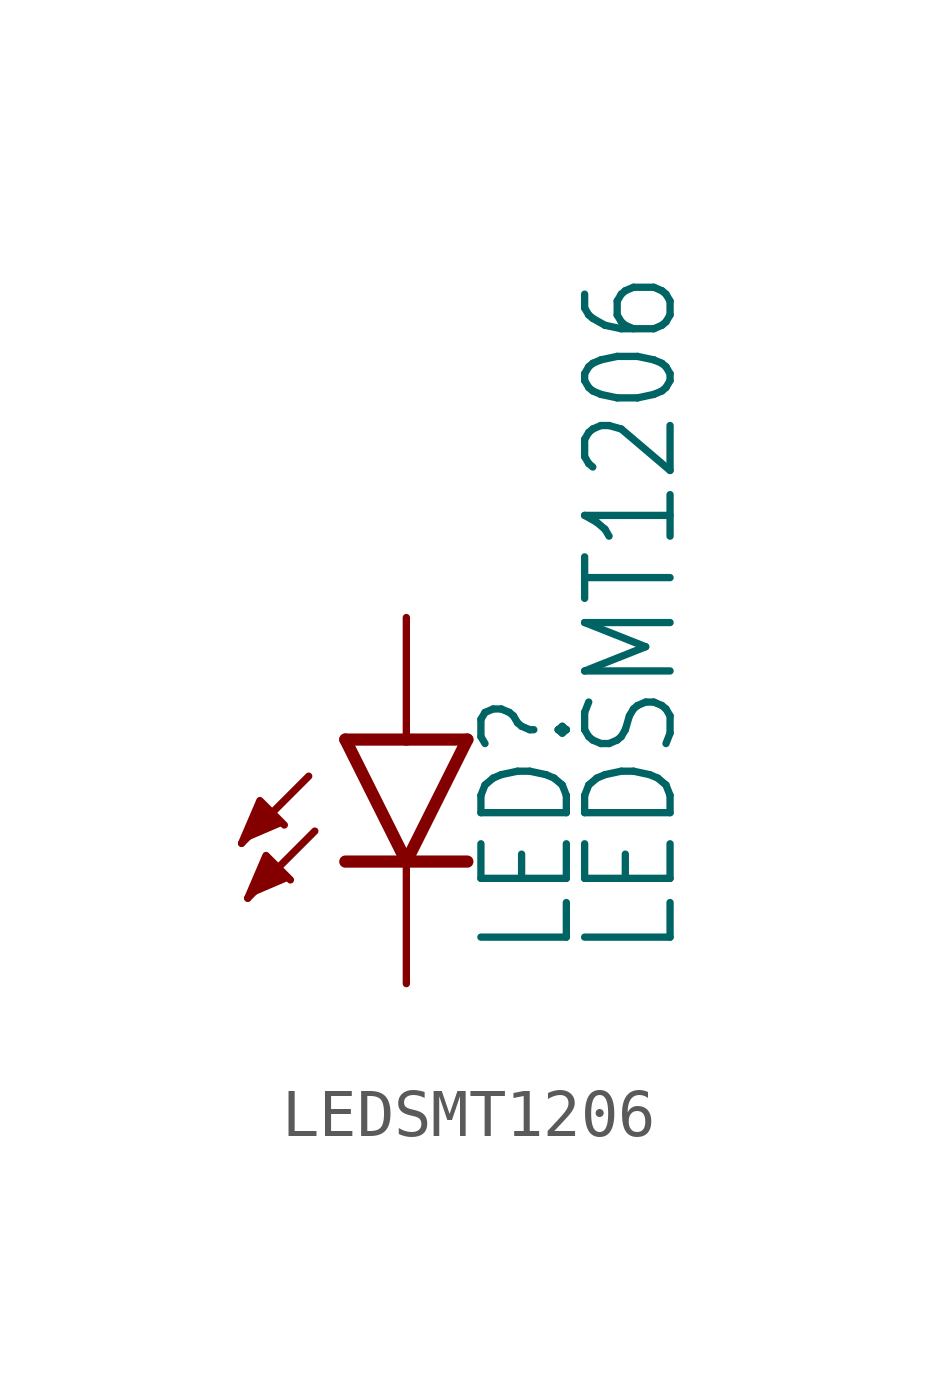
<source format=kicad_sym>
(kicad_symbol_lib
  (version 20211014)
  (generator kicad_symbol_editor)
  (symbol "LEDSMT1206"
    (property "Reference" "LED"
      (at 3.556 -4.572 90)
      (effects (font (size 1.778 1.511)) (justify left bottom)))
    (property "Value" "LEDSMT1206"
      (at 5.715 -4.572 90)
      (effects (font (size 1.778 1.511)) (justify left bottom)))
    (property "ki_locked" ""
      (at 0 0 0)
      (effects (font (size 1.27 1.27))))
    (symbol "LEDSMT1206_1_0"
      (polyline (pts (xy -2.032 -0.762) (xy -3.429 -2.159)) (stroke (width 0.152) (type default) (color 0 0 0 0)) (fill (type none)))
      (polyline (pts (xy -1.905 -1.905) (xy -3.302 -3.302)) (stroke (width 0.152) (type default) (color 0 0 0 0)) (fill (type none)))
      (polyline (pts (xy 0 -2.54) (xy -1.27 -2.54)) (stroke (width 0.254) (type default) (color 0 0 0 0)) (fill (type none)))
      (polyline (pts (xy 0 -2.54) (xy -1.27 0)) (stroke (width 0.254) (type default) (color 0 0 0 0)) (fill (type none)))
      (polyline (pts (xy 0 0) (xy -1.27 0)) (stroke (width 0.254) (type default) (color 0 0 0 0)) (fill (type none)))
      (polyline (pts (xy 1.27 -2.54) (xy 0 -2.54)) (stroke (width 0.254) (type default) (color 0 0 0 0)) (fill (type none)))
      (polyline (pts (xy 1.27 0) (xy 0 -2.54)) (stroke (width 0.254) (type default) (color 0 0 0 0)) (fill (type none)))
      (polyline (pts (xy 1.27 0) (xy 0 0)) (stroke (width 0.254) (type default) (color 0 0 0 0)) (fill (type none)))
      (polyline (pts (xy -3.429 -2.159) (xy -3.048 -1.27) (xy -2.54 -1.778)) (stroke (width 0) (type default) (color 0 0 0 0)) (fill (type outline)))
      (polyline (pts (xy -3.302 -3.302) (xy -2.921 -2.413) (xy -2.413 -2.921)) (stroke (width 0) (type default) (color 0 0 0 0)) (fill (type outline)))
      (pin passive line (at 0 2.54 270) (length 2.54) (name "A" (effects (font (size 0 0)))) (number "A" (effects (font (size 0 0)))))
      (pin passive line (at 0 -5.08 90) (length 2.54) (name "C" (effects (font (size 0 0)))) (number "C" (effects (font (size 0 0))))))))
</source>
